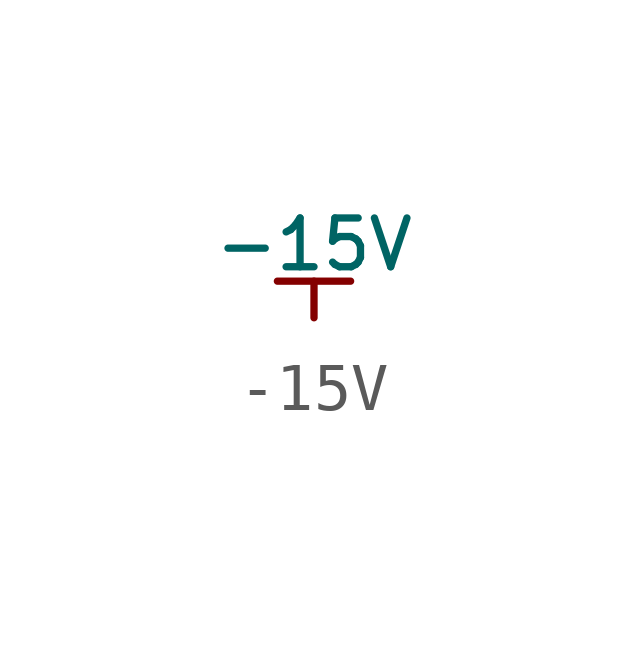
<source format=kicad_sym>
(kicad_symbol_lib
  (version 20211014)
  (generator kicad_symbol_editor)
  (symbol "-15V"
    (power)
    (pin_numbers hide)
    (pin_names
      (offset 0) hide)
    (property "Reference" "#PWR"
      (at 0.254 0 0)
      (effects (font (size 0.508 0.508)) hide))
    (property "Value" "-15V"
      (at 0 1.524 0)
      (effects (font (size 1.016 1.016))))
    (symbol "-15V_0_1"
      (polyline (pts (xy -0.762 0.762) (xy 0.762 0.762)) (stroke (width 0) (type default) (color 0 0 0 0)) (fill (type none)))
      (polyline (pts (xy 0 0) (xy 0 0.762)) (stroke (width 0) (type default) (color 0 0 0 0)) (fill (type none))))
    (symbol "-15V_1_1"
      (pin power_in line (at 0 0 90) (length 0) hide (name "+5V" (effects (font (size 1.27 1.27)))) (number "1" (effects (font (size 1.27 1.27))))))))
</source>
